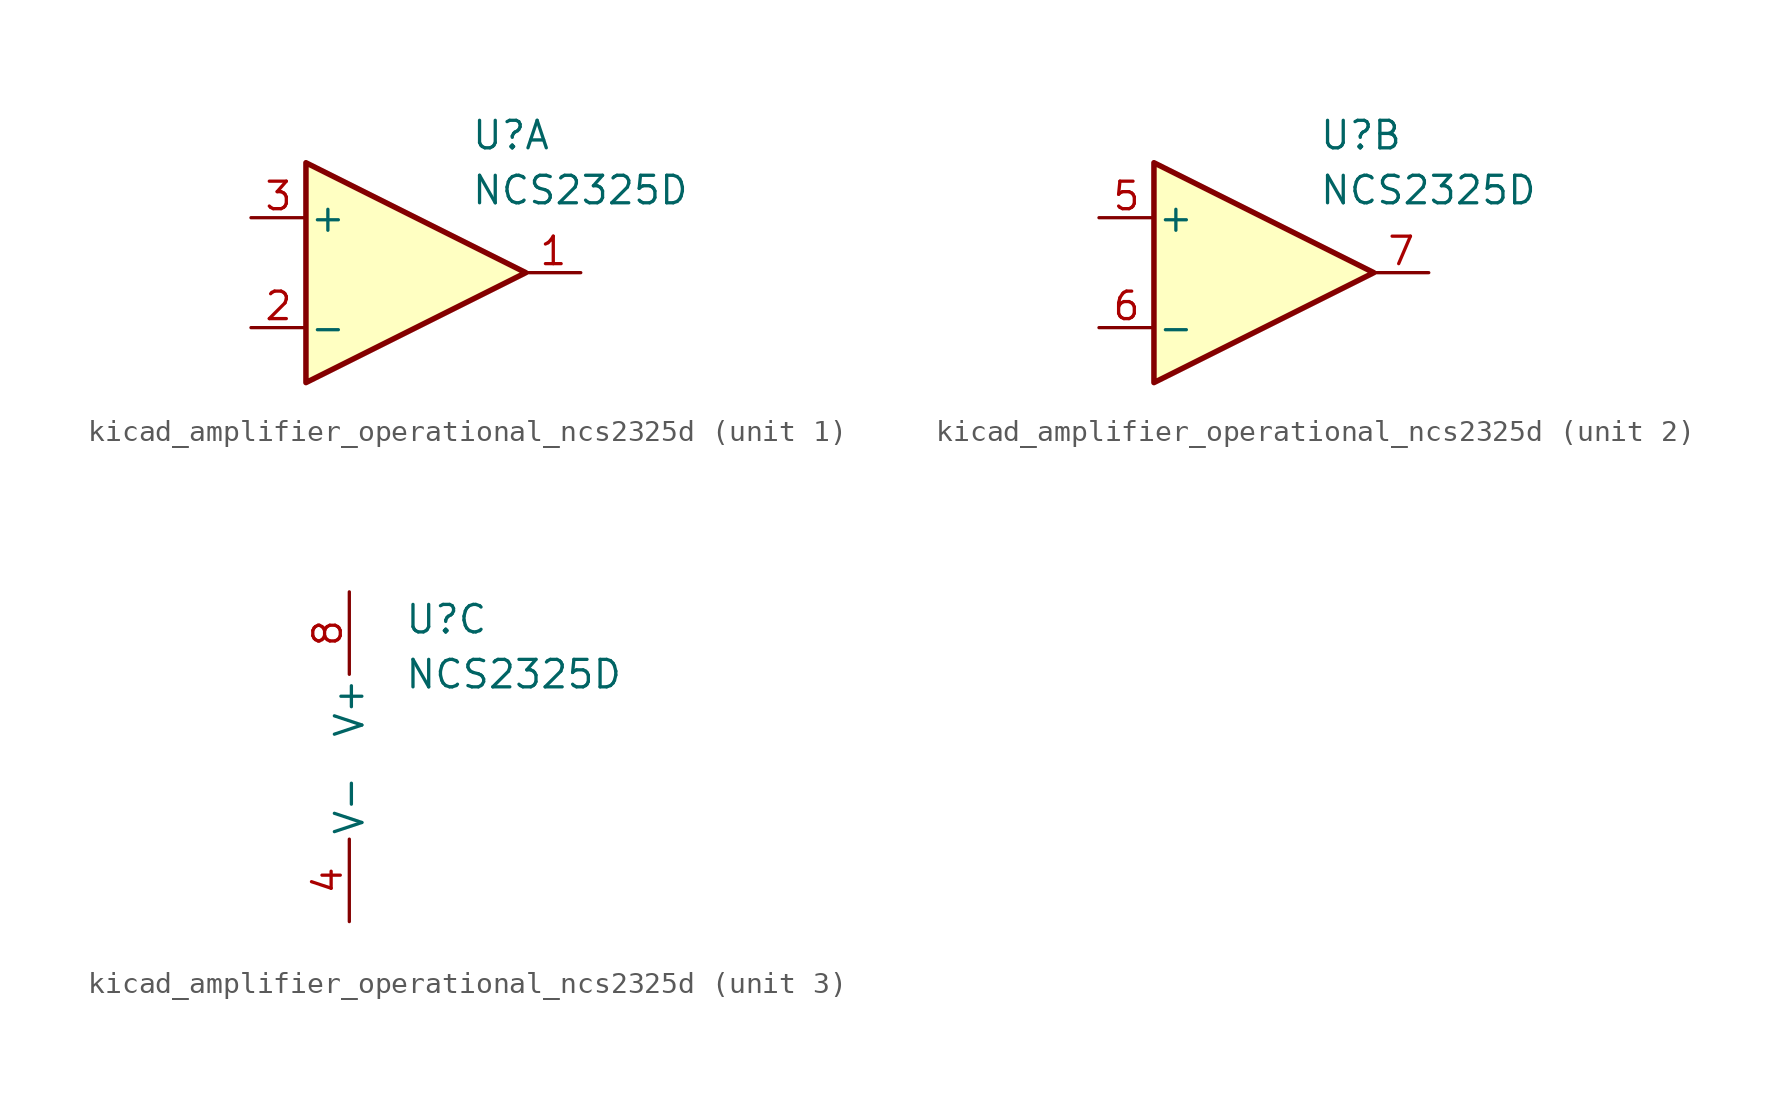
<source format=kicad_sym>
(kicad_symbol_lib
  (version 20220914)
  (generator kicad_symbol_editor)
  (symbol "kicad_amplifier_operational_ncs2325d"
    (pin_names
      (offset 0.127))
    (property "Reference" "U"
      (at 2.54 6.35 0)
      (effects (font (size 1.27 1.27)) (justify left)))
    (property "Value" "NCS2325D"
      (at 2.54 3.81 0)
      (effects (font (size 1.27 1.27)) (justify left)))
    (property "ki_locked" ""
      (at 0 0 0)
      (effects (font (size 1.27 1.27))))
    (symbol "kicad_amplifier_operational_ncs2325d_1_1"
      (polyline (pts (xy 5.08 0) (xy -5.08 5.08) (xy -5.08 -5.08) (xy 5.08 0)) (stroke (width 0.254) (type default)) (fill (type background)))
      (pin output line (at 7.62 0 180) (length 2.54) (name "~" (effects (font (size 1.27 1.27)))) (number "1" (effects (font (size 1.27 1.27)))))
      (pin input line (at -7.62 -2.54 0) (length 2.54) (name "-" (effects (font (size 1.27 1.27)))) (number "2" (effects (font (size 1.27 1.27)))))
      (pin input line (at -7.62 2.54 0) (length 2.54) (name "+" (effects (font (size 1.27 1.27)))) (number "3" (effects (font (size 1.27 1.27))))))
    (symbol "kicad_amplifier_operational_ncs2325d_2_1"
      (polyline (pts (xy 5.08 0) (xy -5.08 5.08) (xy -5.08 -5.08) (xy 5.08 0)) (stroke (width 0.254) (type default)) (fill (type background)))
      (pin input line (at -7.62 2.54 0) (length 2.54) (name "+" (effects (font (size 1.27 1.27)))) (number "5" (effects (font (size 1.27 1.27)))))
      (pin input line (at -7.62 -2.54 0) (length 2.54) (name "-" (effects (font (size 1.27 1.27)))) (number "6" (effects (font (size 1.27 1.27)))))
      (pin output line (at 7.62 0 180) (length 2.54) (name "~" (effects (font (size 1.27 1.27)))) (number "7" (effects (font (size 1.27 1.27))))))
    (symbol "kicad_amplifier_operational_ncs2325d_3_1"
      (pin power_in line (at 0 -7.62 90) (length 3.81) (name "V-" (effects (font (size 1.27 1.27)))) (number "4" (effects (font (size 1.27 1.27)))))
      (pin power_in line (at 0 7.62 270) (length 3.81) (name "V+" (effects (font (size 1.27 1.27)))) (number "8" (effects (font (size 1.27 1.27))))))))
</source>
